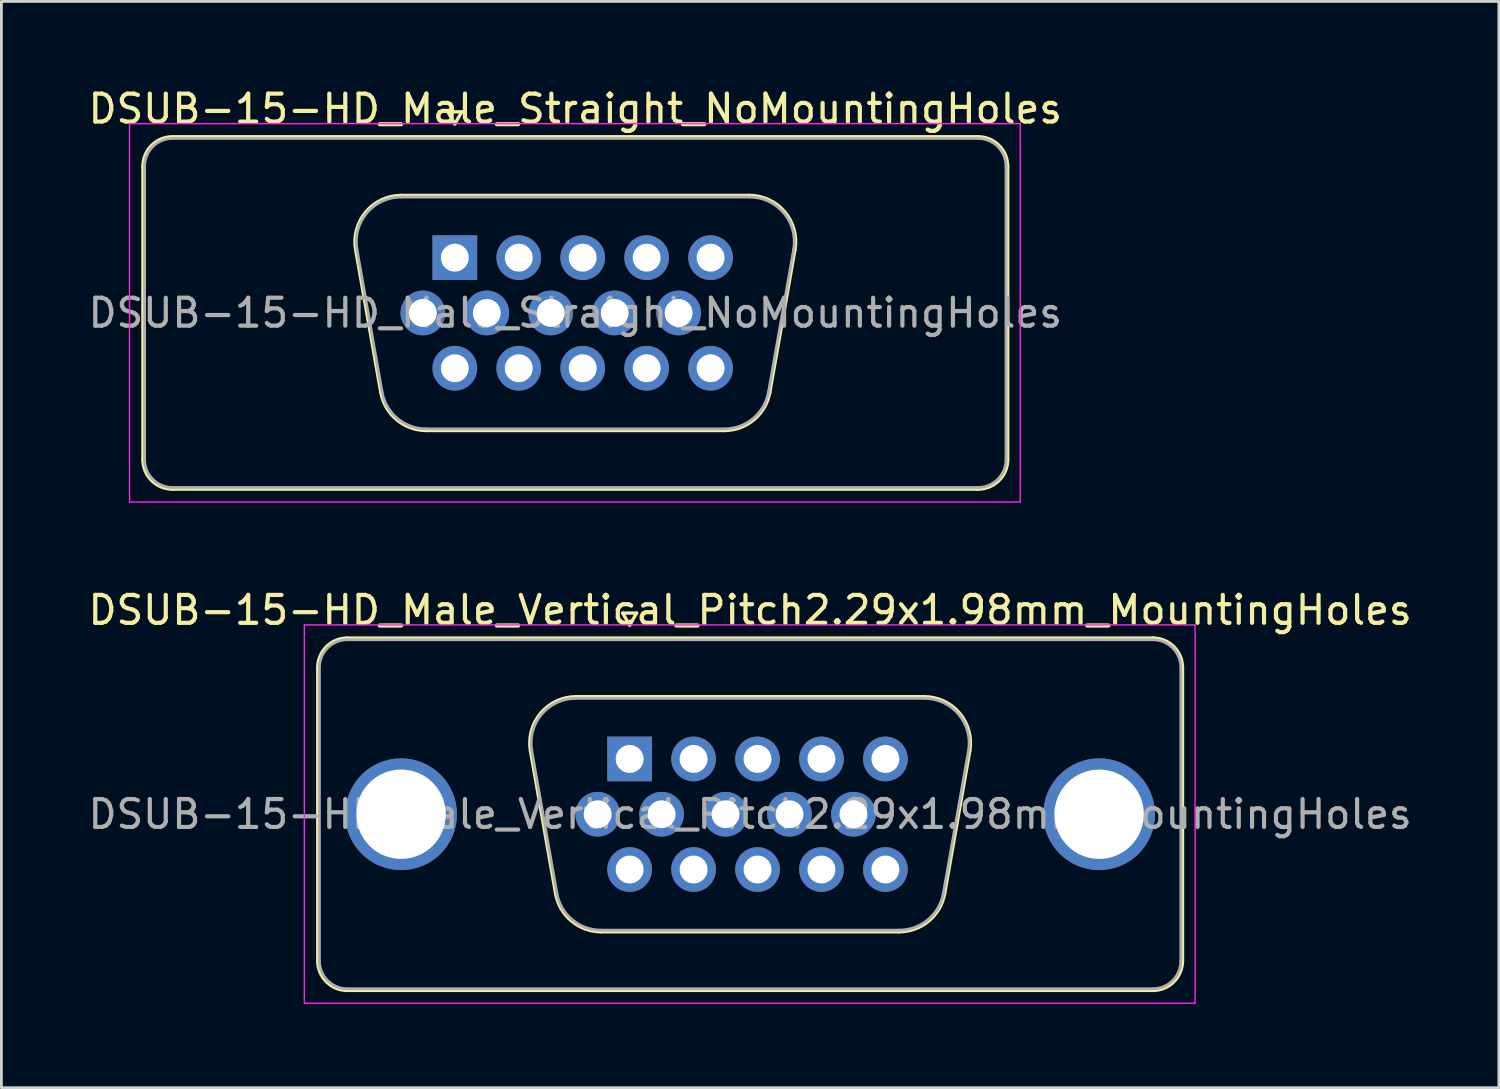
<source format=kicad_pcb>
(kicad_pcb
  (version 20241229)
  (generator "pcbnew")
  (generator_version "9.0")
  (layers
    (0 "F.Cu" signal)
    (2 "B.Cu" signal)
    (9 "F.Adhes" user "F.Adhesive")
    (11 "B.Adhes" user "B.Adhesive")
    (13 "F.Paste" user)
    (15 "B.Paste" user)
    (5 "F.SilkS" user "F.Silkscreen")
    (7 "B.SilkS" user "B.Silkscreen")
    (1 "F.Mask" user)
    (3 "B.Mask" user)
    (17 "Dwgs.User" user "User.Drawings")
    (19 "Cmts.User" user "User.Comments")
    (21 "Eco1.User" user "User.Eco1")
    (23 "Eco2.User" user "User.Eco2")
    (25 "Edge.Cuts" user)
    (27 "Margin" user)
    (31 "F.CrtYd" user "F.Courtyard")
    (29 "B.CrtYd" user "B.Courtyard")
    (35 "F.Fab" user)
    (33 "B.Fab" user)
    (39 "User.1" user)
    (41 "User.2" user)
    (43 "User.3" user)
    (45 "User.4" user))
  (footprint "DSUB-15-HD_Male_Vertical_Pitch2.29x1.98mm_MountingHoles"
    (layer "F.Cu")
    (at 19.5 24.131)
    (property "Reference" "DSUB-15-HD_Male_Vertical_Pitch2.29x1.98mm_MountingHoles" (at 4.315 -5.33 0) (layer "F.SilkS") (effects (font (size 1 1) (thickness 0.15))))
    (attr through_hole)
    (fp_line (start -11.17 7.23) (end -11.17 -3.27) (stroke (width 0.12) (type solid)) (layer "F.SilkS"))
    (fp_line (start -10.11 -4.33) (end 18.74 -4.33) (stroke (width 0.12) (type solid)) (layer "F.SilkS"))
    (fp_line (start -3.551 -0.282) (end -2.652 4.818) (stroke (width 0.12) (type solid)) (layer "F.SilkS"))
    (fp_line (start -1.917 -2.23) (end 10.547 -2.23) (stroke (width 0.12) (type solid)) (layer "F.SilkS"))
    (fp_line (start -1.017 6.19) (end 9.647 6.19) (stroke (width 0.12) (type solid)) (layer "F.SilkS"))
    (fp_line (start -0.25 -5.224) (end 0.25 -5.224) (stroke (width 0.12) (type solid)) (layer "F.SilkS"))
    (fp_line (start 0 -4.791) (end -0.25 -5.224) (stroke (width 0.12) (type solid)) (layer "F.SilkS"))
    (fp_line (start 0.25 -5.224) (end 0 -4.791) (stroke (width 0.12) (type solid)) (layer "F.SilkS"))
    (fp_line (start 12.181 -0.282) (end 11.282 4.818) (stroke (width 0.12) (type solid)) (layer "F.SilkS"))
    (fp_line (start 18.74 8.29) (end -10.11 8.29) (stroke (width 0.12) (type solid)) (layer "F.SilkS"))
    (fp_line (start 19.8 -3.27) (end 19.8 7.23) (stroke (width 0.12) (type solid)) (layer "F.SilkS"))
    (fp_arc (start -11.17 -3.27) (mid -10.859533 -4.019533) (end -10.11 -4.33) (stroke (width 0.12) (type solid)) (layer "F.SilkS"))
    (fp_arc (start -10.11 8.29) (mid -10.859533 7.979533) (end -11.17 7.23) (stroke (width 0.12) (type solid)) (layer "F.SilkS"))
    (fp_arc (start -3.55147 -0.281744) (mid -3.188323 -1.637028) (end -1.916689 -2.23) (stroke (width 0.12) (type solid)) (layer "F.SilkS"))
    (fp_arc (start -1.017421 6.19) (mid -2.084448 5.801634) (end -2.652202 4.818256) (stroke (width 0.12) (type solid)) (layer "F.SilkS"))
    (fp_arc (start 10.546689 -2.23) (mid 11.818323 -1.637027) (end 12.18147 -0.281744) (stroke (width 0.12) (type solid)) (layer "F.SilkS"))
    (fp_arc (start 11.282202 4.818256) (mid 10.714449 5.801634) (end 9.647421 6.19) (stroke (width 0.12) (type solid)) (layer "F.SilkS"))
    (fp_arc (start 18.74 -4.33) (mid 19.489533 -4.019533) (end 19.8 -3.27) (stroke (width 0.12) (type solid)) (layer "F.SilkS"))
    (fp_arc (start 19.8 7.23) (mid 19.489533 7.979533) (end 18.74 8.29) (stroke (width 0.12) (type solid)) (layer "F.SilkS"))
    (fp_line (start -11.65 -4.8) (end -11.65 8.75) (stroke (width 0.05) (type solid)) (layer "F.CrtYd"))
    (fp_line (start -11.65 8.75) (end 20.25 8.75) (stroke (width 0.05) (type solid)) (layer "F.CrtYd"))
    (fp_line (start 20.25 -4.8) (end -11.65 -4.8) (stroke (width 0.05) (type solid)) (layer "F.CrtYd"))
    (fp_line (start 20.25 8.75) (end 20.25 -4.8) (stroke (width 0.05) (type solid)) (layer "F.CrtYd"))
    (fp_line (start -11.11 7.23) (end -11.11 -3.27) (stroke (width 0.1) (type solid)) (layer "F.Fab"))
    (fp_line (start -10.11 -4.27) (end 18.74 -4.27) (stroke (width 0.1) (type solid)) (layer "F.Fab"))
    (fp_line (start -3.504 -0.292) (end -2.605 4.808) (stroke (width 0.1) (type solid)) (layer "F.Fab"))
    (fp_line (start -1.928 -2.17) (end 10.558 -2.17) (stroke (width 0.1) (type solid)) (layer "F.Fab"))
    (fp_line (start -1.029 6.13) (end 9.659 6.13) (stroke (width 0.1) (type solid)) (layer "F.Fab"))
    (fp_line (start 12.134 -0.292) (end 11.235 4.808) (stroke (width 0.1) (type solid)) (layer "F.Fab"))
    (fp_line (start 18.74 8.23) (end -10.11 8.23) (stroke (width 0.1) (type solid)) (layer "F.Fab"))
    (fp_line (start 19.74 -3.27) (end 19.74 7.23) (stroke (width 0.1) (type solid)) (layer "F.Fab"))
    (fp_arc (start -11.11 -3.27) (mid -10.817107 -3.977107) (end -10.11 -4.27) (stroke (width 0.1) (type solid)) (layer "F.Fab"))
    (fp_arc (start -10.11 8.23) (mid -10.817107 7.937107) (end -11.11 7.23) (stroke (width 0.1) (type solid)) (layer "F.Fab"))
    (fp_arc (start -3.503886 -0.292163) (mid -3.153865 -1.59846) (end -1.928194 -2.17) (stroke (width 0.1) (type solid)) (layer "F.Fab"))
    (fp_arc (start -1.028927 6.13) (mid -2.057387 5.755671) (end -2.604619 4.807837) (stroke (width 0.1) (type solid)) (layer "F.Fab"))
    (fp_arc (start 10.558194 -2.17) (mid 11.783865 -1.59846) (end 12.133886 -0.292163) (stroke (width 0.1) (type solid)) (layer "F.Fab"))
    (fp_arc (start 11.234619 4.807837) (mid 10.687387 5.755671) (end 9.658927 6.13) (stroke (width 0.1) (type solid)) (layer "F.Fab"))
    (fp_arc (start 18.74 -4.27) (mid 19.447107 -3.977107) (end 19.74 -3.27) (stroke (width 0.1) (type solid)) (layer "F.Fab"))
    (fp_arc (start 19.74 7.23) (mid 19.447107 7.937107) (end 18.74 8.23) (stroke (width 0.1) (type solid)) (layer "F.Fab"))
    (fp_text user "${REFERENCE}" (at 4.315 1.98 0) (layer "F.Fab") (effects (font (size 1 1) (thickness 0.15))))
    (pad "0" thru_hole circle (at -8.185 1.98) (size 4 4) (drill 3.2) (layers "*.Cu" "*.Mask"))
    (pad "0" thru_hole circle (at 16.815 1.98) (size 4 4) (drill 3.2) (layers "*.Cu" "*.Mask"))
    (pad "1" thru_hole rect (at 0 0) (size 1.6 1.6) (drill 1) (layers "*.Cu" "*.Mask"))
    (pad "2" thru_hole circle (at 2.29 0) (size 1.6 1.6) (drill 1) (layers "*.Cu" "*.Mask"))
    (pad "3" thru_hole circle (at 4.58 0) (size 1.6 1.6) (drill 1) (layers "*.Cu" "*.Mask"))
    (pad "4" thru_hole circle (at 6.87 0) (size 1.6 1.6) (drill 1) (layers "*.Cu" "*.Mask"))
    (pad "5" thru_hole circle (at 9.16 0) (size 1.6 1.6) (drill 1) (layers "*.Cu" "*.Mask"))
    (pad "6" thru_hole circle (at -1.145 1.98) (size 1.6 1.6) (drill 1) (layers "*.Cu" "*.Mask"))
    (pad "7" thru_hole circle (at 1.145 1.98) (size 1.6 1.6) (drill 1) (layers "*.Cu" "*.Mask"))
    (pad "8" thru_hole circle (at 3.435 1.98) (size 1.6 1.6) (drill 1) (layers "*.Cu" "*.Mask"))
    (pad "9" thru_hole circle (at 5.725 1.98) (size 1.6 1.6) (drill 1) (layers "*.Cu" "*.Mask"))
    (pad "10" thru_hole circle (at 8.015 1.98) (size 1.6 1.6) (drill 1) (layers "*.Cu" "*.Mask"))
    (pad "11" thru_hole circle (at 0 3.96) (size 1.6 1.6) (drill 1) (layers "*.Cu" "*.Mask"))
    (pad "12" thru_hole circle (at 2.29 3.96) (size 1.6 1.6) (drill 1) (layers "*.Cu" "*.Mask"))
    (pad "13" thru_hole circle (at 4.58 3.96) (size 1.6 1.6) (drill 1) (layers "*.Cu" "*.Mask"))
    (pad "14" thru_hole circle (at 6.87 3.96) (size 1.6 1.6) (drill 1) (layers "*.Cu" "*.Mask"))
    (pad "15" thru_hole circle (at 9.16 3.96) (size 1.6 1.6) (drill 1) (layers "*.Cu" "*.Mask")))
  (footprint "DSUB-15-HD_Male_Straight_NoMountingHoles"
    (layer "F.Cu")
    (at 13.239 6.178)
    (property "Reference" "DSUB-15-HD_Male_Straight_NoMountingHoles" (at 4.315 -5.33 0) (layer "F.SilkS") (effects (font (size 1 1) (thickness 0.15))))
    (attr through_hole)
    (fp_line (start -11.17 7.23) (end -11.17 -3.27) (stroke (width 0.12) (type solid)) (layer "F.SilkS"))
    (fp_line (start -10.11 -4.33) (end 18.74 -4.33) (stroke (width 0.12) (type solid)) (layer "F.SilkS"))
    (fp_line (start -3.551 -0.282) (end -2.652 4.818) (stroke (width 0.12) (type solid)) (layer "F.SilkS"))
    (fp_line (start -1.917 -2.23) (end 10.547 -2.23) (stroke (width 0.12) (type solid)) (layer "F.SilkS"))
    (fp_line (start -1.017 6.19) (end 9.647 6.19) (stroke (width 0.12) (type solid)) (layer "F.SilkS"))
    (fp_line (start -0.25 -5.224) (end 0.25 -5.224) (stroke (width 0.12) (type solid)) (layer "F.SilkS"))
    (fp_line (start 0 -4.791) (end -0.25 -5.224) (stroke (width 0.12) (type solid)) (layer "F.SilkS"))
    (fp_line (start 0.25 -5.224) (end 0 -4.791) (stroke (width 0.12) (type solid)) (layer "F.SilkS"))
    (fp_line (start 12.181 -0.282) (end 11.282 4.818) (stroke (width 0.12) (type solid)) (layer "F.SilkS"))
    (fp_line (start 18.74 8.29) (end -10.11 8.29) (stroke (width 0.12) (type solid)) (layer "F.SilkS"))
    (fp_line (start 19.8 -3.27) (end 19.8 7.23) (stroke (width 0.12) (type solid)) (layer "F.SilkS"))
    (fp_arc (start -11.17 -3.27) (mid -10.859533 -4.019533) (end -10.11 -4.33) (stroke (width 0.12) (type solid)) (layer "F.SilkS"))
    (fp_arc (start -10.11 8.29) (mid -10.859533 7.979533) (end -11.17 7.23) (stroke (width 0.12) (type solid)) (layer "F.SilkS"))
    (fp_arc (start -3.55147 -0.281744) (mid -3.188323 -1.637028) (end -1.916689 -2.23) (stroke (width 0.12) (type solid)) (layer "F.SilkS"))
    (fp_arc (start -1.017421 6.19) (mid -2.084448 5.801634) (end -2.652202 4.818256) (stroke (width 0.12) (type solid)) (layer "F.SilkS"))
    (fp_arc (start 10.546689 -2.23) (mid 11.818323 -1.637027) (end 12.18147 -0.281744) (stroke (width 0.12) (type solid)) (layer "F.SilkS"))
    (fp_arc (start 11.282202 4.818256) (mid 10.714449 5.801634) (end 9.647421 6.19) (stroke (width 0.12) (type solid)) (layer "F.SilkS"))
    (fp_arc (start 18.74 -4.33) (mid 19.489533 -4.019533) (end 19.8 -3.27) (stroke (width 0.12) (type solid)) (layer "F.SilkS"))
    (fp_arc (start 19.8 7.23) (mid 19.489533 7.979533) (end 18.74 8.29) (stroke (width 0.12) (type solid)) (layer "F.SilkS"))
    (fp_line (start -11.65 -4.8) (end -11.65 8.75) (stroke (width 0.05) (type solid)) (layer "F.CrtYd"))
    (fp_line (start -11.65 8.75) (end 20.25 8.75) (stroke (width 0.05) (type solid)) (layer "F.CrtYd"))
    (fp_line (start 20.25 -4.8) (end -11.65 -4.8) (stroke (width 0.05) (type solid)) (layer "F.CrtYd"))
    (fp_line (start 20.25 8.75) (end 20.25 -4.8) (stroke (width 0.05) (type solid)) (layer "F.CrtYd"))
    (fp_line (start -11.11 7.23) (end -11.11 -3.27) (stroke (width 0.1) (type solid)) (layer "F.Fab"))
    (fp_line (start -10.11 -4.27) (end 18.74 -4.27) (stroke (width 0.1) (type solid)) (layer "F.Fab"))
    (fp_line (start -3.504 -0.292) (end -2.605 4.808) (stroke (width 0.1) (type solid)) (layer "F.Fab"))
    (fp_line (start -1.928 -2.17) (end 10.558 -2.17) (stroke (width 0.1) (type solid)) (layer "F.Fab"))
    (fp_line (start -1.029 6.13) (end 9.659 6.13) (stroke (width 0.1) (type solid)) (layer "F.Fab"))
    (fp_line (start 12.134 -0.292) (end 11.235 4.808) (stroke (width 0.1) (type solid)) (layer "F.Fab"))
    (fp_line (start 18.74 8.23) (end -10.11 8.23) (stroke (width 0.1) (type solid)) (layer "F.Fab"))
    (fp_line (start 19.74 -3.27) (end 19.74 7.23) (stroke (width 0.1) (type solid)) (layer "F.Fab"))
    (fp_arc (start -11.11 -3.27) (mid -10.817107 -3.977107) (end -10.11 -4.27) (stroke (width 0.1) (type solid)) (layer "F.Fab"))
    (fp_arc (start -10.11 8.23) (mid -10.817107 7.937107) (end -11.11 7.23) (stroke (width 0.1) (type solid)) (layer "F.Fab"))
    (fp_arc (start -3.503886 -0.292163) (mid -3.153865 -1.59846) (end -1.928194 -2.17) (stroke (width 0.1) (type solid)) (layer "F.Fab"))
    (fp_arc (start -1.028927 6.13) (mid -2.057387 5.755671) (end -2.604619 4.807837) (stroke (width 0.1) (type solid)) (layer "F.Fab"))
    (fp_arc (start 10.558194 -2.17) (mid 11.783865 -1.59846) (end 12.133886 -0.292163) (stroke (width 0.1) (type solid)) (layer "F.Fab"))
    (fp_arc (start 11.234619 4.807837) (mid 10.687387 5.755671) (end 9.658927 6.13) (stroke (width 0.1) (type solid)) (layer "F.Fab"))
    (fp_arc (start 18.74 -4.27) (mid 19.447107 -3.977107) (end 19.74 -3.27) (stroke (width 0.1) (type solid)) (layer "F.Fab"))
    (fp_arc (start 19.74 7.23) (mid 19.447107 7.937107) (end 18.74 8.23) (stroke (width 0.1) (type solid)) (layer "F.Fab"))
    (fp_text user "${REFERENCE}" (at 4.315 1.98 0) (layer "F.Fab") (effects (font (size 1 1) (thickness 0.15))))
    (pad "1" thru_hole rect (at 0 0) (size 1.6 1.6) (drill 1) (layers "*.Cu" "*.Mask"))
    (pad "2" thru_hole circle (at 2.29 0) (size 1.6 1.6) (drill 1) (layers "*.Cu" "*.Mask"))
    (pad "3" thru_hole circle (at 4.58 0) (size 1.6 1.6) (drill 1) (layers "*.Cu" "*.Mask"))
    (pad "4" thru_hole circle (at 6.87 0) (size 1.6 1.6) (drill 1) (layers "*.Cu" "*.Mask"))
    (pad "5" thru_hole circle (at 9.16 0) (size 1.6 1.6) (drill 1) (layers "*.Cu" "*.Mask"))
    (pad "6" thru_hole circle (at -1.145 1.98) (size 1.6 1.6) (drill 1) (layers "*.Cu" "*.Mask"))
    (pad "7" thru_hole circle (at 1.145 1.98) (size 1.6 1.6) (drill 1) (layers "*.Cu" "*.Mask"))
    (pad "8" thru_hole circle (at 3.435 1.98) (size 1.6 1.6) (drill 1) (layers "*.Cu" "*.Mask"))
    (pad "9" thru_hole circle (at 5.725 1.98) (size 1.6 1.6) (drill 1) (layers "*.Cu" "*.Mask"))
    (pad "10" thru_hole circle (at 8.015 1.98) (size 1.6 1.6) (drill 1) (layers "*.Cu" "*.Mask"))
    (pad "11" thru_hole circle (at 0 3.96) (size 1.6 1.6) (drill 1) (layers "*.Cu" "*.Mask"))
    (pad "12" thru_hole circle (at 2.29 3.96) (size 1.6 1.6) (drill 1) (layers "*.Cu" "*.Mask"))
    (pad "13" thru_hole circle (at 4.58 3.96) (size 1.6 1.6) (drill 1) (layers "*.Cu" "*.Mask"))
    (pad "14" thru_hole circle (at 6.87 3.96) (size 1.6 1.6) (drill 1) (layers "*.Cu" "*.Mask"))
    (pad "15" thru_hole circle (at 9.16 3.96) (size 1.6 1.6) (drill 1) (layers "*.Cu" "*.Mask")))
  (gr_rect
    (start -3 -3)
    (end 50.631 35.907)
    (stroke (width 0.1) (type default))
    (fill no)
    (layer "Edge.Cuts")))
</source>
